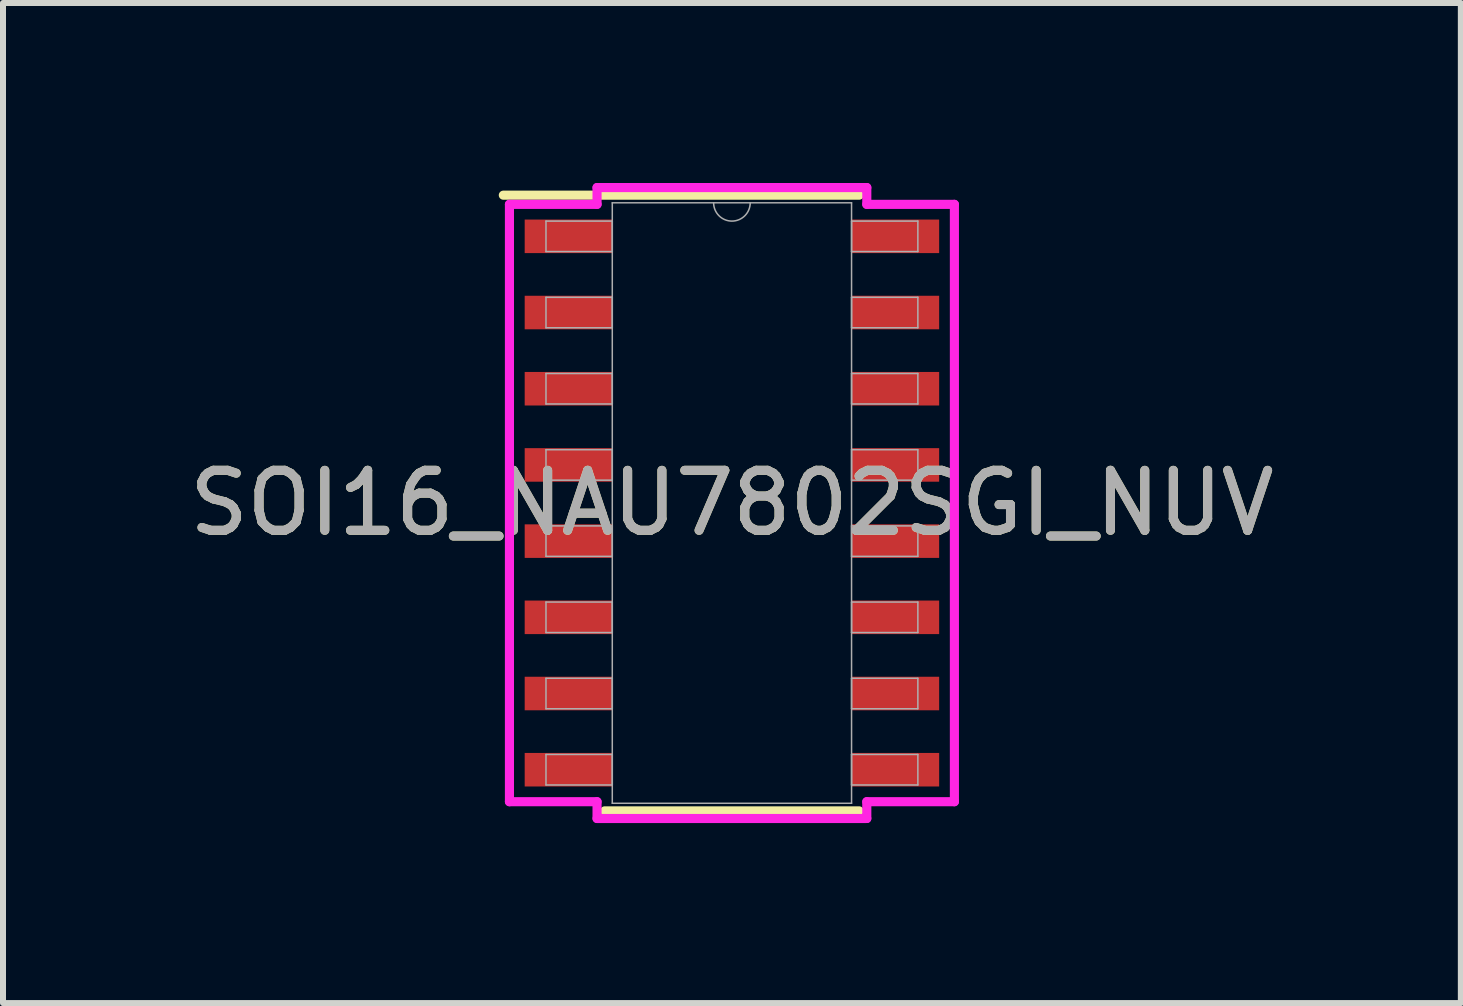
<source format=kicad_pcb>
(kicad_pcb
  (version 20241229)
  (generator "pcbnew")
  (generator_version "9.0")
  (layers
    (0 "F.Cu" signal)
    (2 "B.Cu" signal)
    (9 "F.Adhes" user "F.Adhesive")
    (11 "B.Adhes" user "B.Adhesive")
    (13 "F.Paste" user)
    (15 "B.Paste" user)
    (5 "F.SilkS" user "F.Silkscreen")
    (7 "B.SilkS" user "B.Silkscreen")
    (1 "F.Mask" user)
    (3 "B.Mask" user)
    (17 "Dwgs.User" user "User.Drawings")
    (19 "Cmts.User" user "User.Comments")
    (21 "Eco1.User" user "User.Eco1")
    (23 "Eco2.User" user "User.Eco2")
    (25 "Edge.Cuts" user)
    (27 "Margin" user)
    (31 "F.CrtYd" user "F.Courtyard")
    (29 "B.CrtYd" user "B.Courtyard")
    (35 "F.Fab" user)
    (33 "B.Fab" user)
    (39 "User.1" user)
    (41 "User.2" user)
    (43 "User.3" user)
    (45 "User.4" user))
  (footprint "SOI16_NAU7802SGI_NUV"
    (layer "F.Cu")
    (at 9.149 5.334)
    (property "Reference" "SOI16_NAU7802SGI_NUV" (at 0 0 0) (unlocked yes) (layer "F.SilkS") (effects (font (size 1 1) (thickness 0.15))))
    (attr smd)
    (fp_line (start -2.121 5.131) (end 2.121 5.131) (stroke (width 0.152) (type solid)) (layer "F.SilkS"))
    (fp_line (start 2.121 -5.131) (end -3.81 -5.131) (stroke (width 0.152) (type solid)) (layer "F.SilkS"))
    (fp_line (start -3.708 -4.978) (end -2.248 -4.978) (stroke (width 0.152) (type solid)) (layer "F.CrtYd"))
    (fp_line (start -3.708 4.978) (end -3.708 -4.978) (stroke (width 0.152) (type solid)) (layer "F.CrtYd"))
    (fp_line (start -3.708 4.978) (end -2.248 4.978) (stroke (width 0.152) (type solid)) (layer "F.CrtYd"))
    (fp_line (start -2.248 -5.258) (end 2.248 -5.258) (stroke (width 0.152) (type solid)) (layer "F.CrtYd"))
    (fp_line (start -2.248 -4.978) (end -2.248 -5.258) (stroke (width 0.152) (type solid)) (layer "F.CrtYd"))
    (fp_line (start -2.248 5.258) (end -2.248 4.978) (stroke (width 0.152) (type solid)) (layer "F.CrtYd"))
    (fp_line (start 2.248 -5.258) (end 2.248 -4.978) (stroke (width 0.152) (type solid)) (layer "F.CrtYd"))
    (fp_line (start 2.248 4.978) (end 2.248 5.258) (stroke (width 0.152) (type solid)) (layer "F.CrtYd"))
    (fp_line (start 2.248 5.258) (end -2.248 5.258) (stroke (width 0.152) (type solid)) (layer "F.CrtYd"))
    (fp_line (start 3.708 -4.978) (end 2.248 -4.978) (stroke (width 0.152) (type solid)) (layer "F.CrtYd"))
    (fp_line (start 3.708 -4.978) (end 3.708 4.978) (stroke (width 0.152) (type solid)) (layer "F.CrtYd"))
    (fp_line (start 3.708 4.978) (end 2.248 4.978) (stroke (width 0.152) (type solid)) (layer "F.CrtYd"))
    (fp_line (start -3.099 -4.699) (end -3.099 -4.191) (stroke (width 0.025) (type solid)) (layer "F.Fab"))
    (fp_line (start -3.099 -4.191) (end -1.994 -4.191) (stroke (width 0.025) (type solid)) (layer "F.Fab"))
    (fp_line (start -3.099 -3.429) (end -3.099 -2.921) (stroke (width 0.025) (type solid)) (layer "F.Fab"))
    (fp_line (start -3.099 -2.921) (end -1.994 -2.921) (stroke (width 0.025) (type solid)) (layer "F.Fab"))
    (fp_line (start -3.099 -2.159) (end -3.099 -1.651) (stroke (width 0.025) (type solid)) (layer "F.Fab"))
    (fp_line (start -3.099 -1.651) (end -1.994 -1.651) (stroke (width 0.025) (type solid)) (layer "F.Fab"))
    (fp_line (start -3.099 -0.889) (end -3.099 -0.381) (stroke (width 0.025) (type solid)) (layer "F.Fab"))
    (fp_line (start -3.099 -0.381) (end -1.994 -0.381) (stroke (width 0.025) (type solid)) (layer "F.Fab"))
    (fp_line (start -3.099 0.381) (end -3.099 0.889) (stroke (width 0.025) (type solid)) (layer "F.Fab"))
    (fp_line (start -3.099 0.889) (end -1.994 0.889) (stroke (width 0.025) (type solid)) (layer "F.Fab"))
    (fp_line (start -3.099 1.651) (end -3.099 2.159) (stroke (width 0.025) (type solid)) (layer "F.Fab"))
    (fp_line (start -3.099 2.159) (end -1.994 2.159) (stroke (width 0.025) (type solid)) (layer "F.Fab"))
    (fp_line (start -3.099 2.921) (end -3.099 3.429) (stroke (width 0.025) (type solid)) (layer "F.Fab"))
    (fp_line (start -3.099 3.429) (end -1.994 3.429) (stroke (width 0.025) (type solid)) (layer "F.Fab"))
    (fp_line (start -3.099 4.191) (end -3.099 4.699) (stroke (width 0.025) (type solid)) (layer "F.Fab"))
    (fp_line (start -3.099 4.699) (end -1.994 4.699) (stroke (width 0.025) (type solid)) (layer "F.Fab"))
    (fp_line (start -1.994 -5.004) (end -1.994 5.004) (stroke (width 0.025) (type solid)) (layer "F.Fab"))
    (fp_line (start -1.994 -4.699) (end -3.099 -4.699) (stroke (width 0.025) (type solid)) (layer "F.Fab"))
    (fp_line (start -1.994 -4.191) (end -1.994 -4.699) (stroke (width 0.025) (type solid)) (layer "F.Fab"))
    (fp_line (start -1.994 -3.429) (end -3.099 -3.429) (stroke (width 0.025) (type solid)) (layer "F.Fab"))
    (fp_line (start -1.994 -2.921) (end -1.994 -3.429) (stroke (width 0.025) (type solid)) (layer "F.Fab"))
    (fp_line (start -1.994 -2.159) (end -3.099 -2.159) (stroke (width 0.025) (type solid)) (layer "F.Fab"))
    (fp_line (start -1.994 -1.651) (end -1.994 -2.159) (stroke (width 0.025) (type solid)) (layer "F.Fab"))
    (fp_line (start -1.994 -0.889) (end -3.099 -0.889) (stroke (width 0.025) (type solid)) (layer "F.Fab"))
    (fp_line (start -1.994 -0.381) (end -1.994 -0.889) (stroke (width 0.025) (type solid)) (layer "F.Fab"))
    (fp_line (start -1.994 0.381) (end -3.099 0.381) (stroke (width 0.025) (type solid)) (layer "F.Fab"))
    (fp_line (start -1.994 0.889) (end -1.994 0.381) (stroke (width 0.025) (type solid)) (layer "F.Fab"))
    (fp_line (start -1.994 1.651) (end -3.099 1.651) (stroke (width 0.025) (type solid)) (layer "F.Fab"))
    (fp_line (start -1.994 2.159) (end -1.994 1.651) (stroke (width 0.025) (type solid)) (layer "F.Fab"))
    (fp_line (start -1.994 2.921) (end -3.099 2.921) (stroke (width 0.025) (type solid)) (layer "F.Fab"))
    (fp_line (start -1.994 3.429) (end -1.994 2.921) (stroke (width 0.025) (type solid)) (layer "F.Fab"))
    (fp_line (start -1.994 4.191) (end -3.099 4.191) (stroke (width 0.025) (type solid)) (layer "F.Fab"))
    (fp_line (start -1.994 4.699) (end -1.994 4.191) (stroke (width 0.025) (type solid)) (layer "F.Fab"))
    (fp_line (start -1.994 5.004) (end 1.994 5.004) (stroke (width 0.025) (type solid)) (layer "F.Fab"))
    (fp_line (start 1.994 -5.004) (end -1.994 -5.004) (stroke (width 0.025) (type solid)) (layer "F.Fab"))
    (fp_line (start 1.994 -4.699) (end 1.994 -4.191) (stroke (width 0.025) (type solid)) (layer "F.Fab"))
    (fp_line (start 1.994 -4.191) (end 3.099 -4.191) (stroke (width 0.025) (type solid)) (layer "F.Fab"))
    (fp_line (start 1.994 -3.429) (end 1.994 -2.921) (stroke (width 0.025) (type solid)) (layer "F.Fab"))
    (fp_line (start 1.994 -2.921) (end 3.099 -2.921) (stroke (width 0.025) (type solid)) (layer "F.Fab"))
    (fp_line (start 1.994 -2.159) (end 1.994 -1.651) (stroke (width 0.025) (type solid)) (layer "F.Fab"))
    (fp_line (start 1.994 -1.651) (end 3.099 -1.651) (stroke (width 0.025) (type solid)) (layer "F.Fab"))
    (fp_line (start 1.994 -0.889) (end 1.994 -0.381) (stroke (width 0.025) (type solid)) (layer "F.Fab"))
    (fp_line (start 1.994 -0.381) (end 3.099 -0.381) (stroke (width 0.025) (type solid)) (layer "F.Fab"))
    (fp_line (start 1.994 0.381) (end 1.994 0.889) (stroke (width 0.025) (type solid)) (layer "F.Fab"))
    (fp_line (start 1.994 0.889) (end 3.099 0.889) (stroke (width 0.025) (type solid)) (layer "F.Fab"))
    (fp_line (start 1.994 1.651) (end 1.994 2.159) (stroke (width 0.025) (type solid)) (layer "F.Fab"))
    (fp_line (start 1.994 2.159) (end 3.099 2.159) (stroke (width 0.025) (type solid)) (layer "F.Fab"))
    (fp_line (start 1.994 2.921) (end 1.994 3.429) (stroke (width 0.025) (type solid)) (layer "F.Fab"))
    (fp_line (start 1.994 3.429) (end 3.099 3.429) (stroke (width 0.025) (type solid)) (layer "F.Fab"))
    (fp_line (start 1.994 4.191) (end 1.994 4.699) (stroke (width 0.025) (type solid)) (layer "F.Fab"))
    (fp_line (start 1.994 4.699) (end 3.099 4.699) (stroke (width 0.025) (type solid)) (layer "F.Fab"))
    (fp_line (start 1.994 5.004) (end 1.994 -5.004) (stroke (width 0.025) (type solid)) (layer "F.Fab"))
    (fp_line (start 3.099 -4.699) (end 1.994 -4.699) (stroke (width 0.025) (type solid)) (layer "F.Fab"))
    (fp_line (start 3.099 -4.191) (end 3.099 -4.699) (stroke (width 0.025) (type solid)) (layer "F.Fab"))
    (fp_line (start 3.099 -3.429) (end 1.994 -3.429) (stroke (width 0.025) (type solid)) (layer "F.Fab"))
    (fp_line (start 3.099 -2.921) (end 3.099 -3.429) (stroke (width 0.025) (type solid)) (layer "F.Fab"))
    (fp_line (start 3.099 -2.159) (end 1.994 -2.159) (stroke (width 0.025) (type solid)) (layer "F.Fab"))
    (fp_line (start 3.099 -1.651) (end 3.099 -2.159) (stroke (width 0.025) (type solid)) (layer "F.Fab"))
    (fp_line (start 3.099 -0.889) (end 1.994 -0.889) (stroke (width 0.025) (type solid)) (layer "F.Fab"))
    (fp_line (start 3.099 -0.381) (end 3.099 -0.889) (stroke (width 0.025) (type solid)) (layer "F.Fab"))
    (fp_line (start 3.099 0.381) (end 1.994 0.381) (stroke (width 0.025) (type solid)) (layer "F.Fab"))
    (fp_line (start 3.099 0.889) (end 3.099 0.381) (stroke (width 0.025) (type solid)) (layer "F.Fab"))
    (fp_line (start 3.099 1.651) (end 1.994 1.651) (stroke (width 0.025) (type solid)) (layer "F.Fab"))
    (fp_line (start 3.099 2.159) (end 3.099 1.651) (stroke (width 0.025) (type solid)) (layer "F.Fab"))
    (fp_line (start 3.099 2.921) (end 1.994 2.921) (stroke (width 0.025) (type solid)) (layer "F.Fab"))
    (fp_line (start 3.099 3.429) (end 3.099 2.921) (stroke (width 0.025) (type solid)) (layer "F.Fab"))
    (fp_line (start 3.099 4.191) (end 1.994 4.191) (stroke (width 0.025) (type solid)) (layer "F.Fab"))
    (fp_line (start 3.099 4.699) (end 3.099 4.191) (stroke (width 0.025) (type solid)) (layer "F.Fab"))
    (fp_arc (start 0.3048 -5.0038) (mid 0 -4.699) (end -0.3048 -5.0038) (stroke (width 0.0254) (type solid)) (layer "F.Fab"))
    (fp_text user "${REFERENCE}" (at 0 0 0) (unlocked yes) (layer "F.Fab") (effects (font (size 1 1) (thickness 0.15))))
    (pad "1" smd rect (at -2.724 -4.445) (size 1.46 0.559) (layers "F.Cu" "F.Mask" "F.Paste"))
    (pad "2" smd rect (at -2.724 -3.175) (size 1.46 0.559) (layers "F.Cu" "F.Mask" "F.Paste"))
    (pad "3" smd rect (at -2.724 -1.905) (size 1.46 0.559) (layers "F.Cu" "F.Mask" "F.Paste"))
    (pad "4" smd rect (at -2.724 -0.635) (size 1.46 0.559) (layers "F.Cu" "F.Mask" "F.Paste"))
    (pad "5" smd rect (at -2.724 0.635) (size 1.46 0.559) (layers "F.Cu" "F.Mask" "F.Paste"))
    (pad "6" smd rect (at -2.724 1.905) (size 1.46 0.559) (layers "F.Cu" "F.Mask" "F.Paste"))
    (pad "7" smd rect (at -2.724 3.175) (size 1.46 0.559) (layers "F.Cu" "F.Mask" "F.Paste"))
    (pad "8" smd rect (at -2.724 4.445) (size 1.46 0.559) (layers "F.Cu" "F.Mask" "F.Paste"))
    (pad "9" smd rect (at 2.724 4.445) (size 1.46 0.559) (layers "F.Cu" "F.Mask" "F.Paste"))
    (pad "10" smd rect (at 2.724 3.175) (size 1.46 0.559) (layers "F.Cu" "F.Mask" "F.Paste"))
    (pad "11" smd rect (at 2.724 1.905) (size 1.46 0.559) (layers "F.Cu" "F.Mask" "F.Paste"))
    (pad "12" smd rect (at 2.724 0.635) (size 1.46 0.559) (layers "F.Cu" "F.Mask" "F.Paste"))
    (pad "13" smd rect (at 2.724 -0.635) (size 1.46 0.559) (layers "F.Cu" "F.Mask" "F.Paste"))
    (pad "14" smd rect (at 2.724 -1.905) (size 1.46 0.559) (layers "F.Cu" "F.Mask" "F.Paste"))
    (pad "15" smd rect (at 2.724 -3.175) (size 1.46 0.559) (layers "F.Cu" "F.Mask" "F.Paste"))
    (pad "16" smd rect (at 2.724 -4.445) (size 1.46 0.559) (layers "F.Cu" "F.Mask" "F.Paste")))
  (gr_rect
    (start -3 -3)
    (end 21.298 13.668)
    (stroke (width 0.1) (type default))
    (fill no)
    (layer "Edge.Cuts")))
</source>
